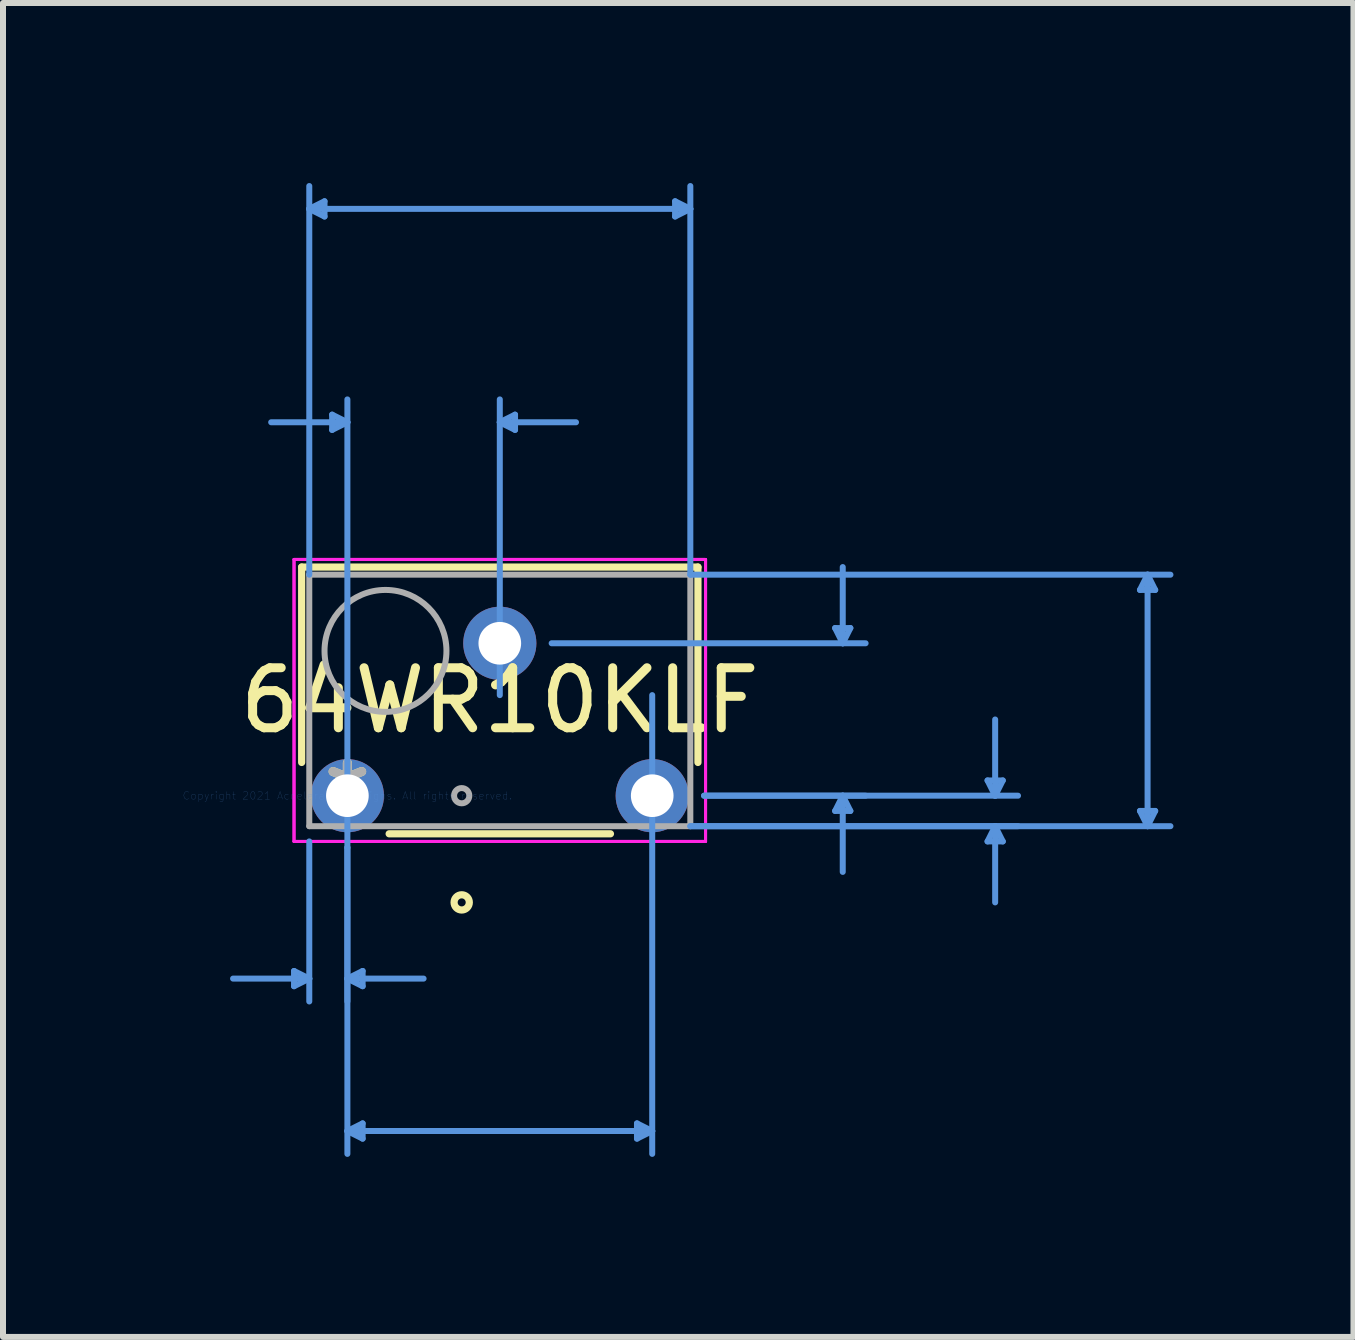
<source format=kicad_pcb>
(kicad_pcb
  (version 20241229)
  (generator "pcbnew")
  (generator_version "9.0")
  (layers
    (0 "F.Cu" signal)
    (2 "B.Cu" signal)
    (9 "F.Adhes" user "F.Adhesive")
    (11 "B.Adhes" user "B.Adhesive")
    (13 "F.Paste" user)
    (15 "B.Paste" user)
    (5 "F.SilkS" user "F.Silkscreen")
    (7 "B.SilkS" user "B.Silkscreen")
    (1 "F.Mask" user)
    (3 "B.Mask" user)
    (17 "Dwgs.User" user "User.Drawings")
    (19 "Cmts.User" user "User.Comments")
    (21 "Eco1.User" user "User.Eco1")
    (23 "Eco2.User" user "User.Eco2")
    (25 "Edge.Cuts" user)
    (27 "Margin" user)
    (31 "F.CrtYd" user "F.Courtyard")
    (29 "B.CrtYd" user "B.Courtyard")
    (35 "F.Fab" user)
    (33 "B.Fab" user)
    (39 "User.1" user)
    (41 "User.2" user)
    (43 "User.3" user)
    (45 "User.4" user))
  (footprint "64WR10KLF"
    (layer "F.Cu")
    (at 2.739 10.21)
    (property "Reference" "64WR10KLF" (at 2.54 -1.587 0) (layer "F.SilkS") (effects (font (size 1 1) (thickness 0.15))))
    (attr through_hole)
    (fp_line (start -0.762 -3.81) (end -0.762 -0.554) (stroke (width 0.12) (type solid)) (layer "F.SilkS"))
    (fp_line (start 0.696 0.635) (end 4.384 0.635) (stroke (width 0.12) (type solid)) (layer "F.SilkS"))
    (fp_line (start 5.842 -3.81) (end -0.762 -3.81) (stroke (width 0.12) (type solid)) (layer "F.SilkS"))
    (fp_line (start 5.842 -0.554) (end 5.842 -3.81) (stroke (width 0.12) (type solid)) (layer "F.SilkS"))
    (fp_circle (center 1.905 1.778) (end 2.032 1.778) (stroke (width 0.12) (type solid)) (fill no) (layer "F.SilkS"))
    (fp_line (start -0.889 2.921) (end -0.889 3.175) (stroke (width 0.1) (type solid)) (layer "Cmts.User"))
    (fp_line (start -0.635 -9.779) (end -0.381 -9.906) (stroke (width 0.1) (type solid)) (layer "Cmts.User"))
    (fp_line (start -0.635 -9.779) (end -0.381 -9.652) (stroke (width 0.1) (type solid)) (layer "Cmts.User"))
    (fp_line (start -0.635 -9.779) (end 5.715 -9.779) (stroke (width 0.1) (type solid)) (layer "Cmts.User"))
    (fp_line (start -0.635 -3.683) (end -0.635 -10.16) (stroke (width 0.1) (type solid)) (layer "Cmts.User"))
    (fp_line (start -0.635 0.762) (end -0.635 3.429) (stroke (width 0.1) (type solid)) (layer "Cmts.User"))
    (fp_line (start -0.635 3.048) (end -1.905 3.048) (stroke (width 0.1) (type solid)) (layer "Cmts.User"))
    (fp_line (start -0.635 3.048) (end -0.889 2.921) (stroke (width 0.1) (type solid)) (layer "Cmts.User"))
    (fp_line (start -0.635 3.048) (end -0.889 3.175) (stroke (width 0.1) (type solid)) (layer "Cmts.User"))
    (fp_line (start -0.381 -9.906) (end -0.381 -9.652) (stroke (width 0.1) (type solid)) (layer "Cmts.User"))
    (fp_line (start -0.254 -6.35) (end -0.254 -6.096) (stroke (width 0.1) (type solid)) (layer "Cmts.User"))
    (fp_line (start 0 -6.223) (end -1.27 -6.223) (stroke (width 0.1) (type solid)) (layer "Cmts.User"))
    (fp_line (start 0 -6.223) (end -0.254 -6.35) (stroke (width 0.1) (type solid)) (layer "Cmts.User"))
    (fp_line (start 0 -6.223) (end -0.254 -6.096) (stroke (width 0.1) (type solid)) (layer "Cmts.User"))
    (fp_line (start 0 0.864) (end 0 -6.604) (stroke (width 0.1) (type solid)) (layer "Cmts.User"))
    (fp_line (start 0 0.864) (end 0 3.429) (stroke (width 0.1) (type solid)) (layer "Cmts.User"))
    (fp_line (start 0 0.864) (end 0 5.969) (stroke (width 0.1) (type solid)) (layer "Cmts.User"))
    (fp_line (start 0 3.048) (end 0.254 2.921) (stroke (width 0.1) (type solid)) (layer "Cmts.User"))
    (fp_line (start 0 3.048) (end 0.254 3.175) (stroke (width 0.1) (type solid)) (layer "Cmts.User"))
    (fp_line (start 0 3.048) (end 1.27 3.048) (stroke (width 0.1) (type solid)) (layer "Cmts.User"))
    (fp_line (start 0 5.588) (end 0.254 5.461) (stroke (width 0.1) (type solid)) (layer "Cmts.User"))
    (fp_line (start 0 5.588) (end 0.254 5.715) (stroke (width 0.1) (type solid)) (layer "Cmts.User"))
    (fp_line (start 0 5.588) (end 5.08 5.588) (stroke (width 0.1) (type solid)) (layer "Cmts.User"))
    (fp_line (start 0.254 2.921) (end 0.254 3.175) (stroke (width 0.1) (type solid)) (layer "Cmts.User"))
    (fp_line (start 0.254 5.461) (end 0.254 5.715) (stroke (width 0.1) (type solid)) (layer "Cmts.User"))
    (fp_line (start 2.54 -6.223) (end 2.794 -6.35) (stroke (width 0.1) (type solid)) (layer "Cmts.User"))
    (fp_line (start 2.54 -6.223) (end 2.794 -6.096) (stroke (width 0.1) (type solid)) (layer "Cmts.User"))
    (fp_line (start 2.54 -6.223) (end 3.81 -6.223) (stroke (width 0.1) (type solid)) (layer "Cmts.User"))
    (fp_line (start 2.54 -1.676) (end 2.54 -6.604) (stroke (width 0.1) (type solid)) (layer "Cmts.User"))
    (fp_line (start 2.794 -6.35) (end 2.794 -6.096) (stroke (width 0.1) (type solid)) (layer "Cmts.User"))
    (fp_line (start 3.404 -2.54) (end 8.636 -2.54) (stroke (width 0.1) (type solid)) (layer "Cmts.User"))
    (fp_line (start 4.826 5.461) (end 4.826 5.715) (stroke (width 0.1) (type solid)) (layer "Cmts.User"))
    (fp_line (start 5.08 -1.676) (end 5.08 5.969) (stroke (width 0.1) (type solid)) (layer "Cmts.User"))
    (fp_line (start 5.08 5.588) (end 4.826 5.461) (stroke (width 0.1) (type solid)) (layer "Cmts.User"))
    (fp_line (start 5.08 5.588) (end 4.826 5.715) (stroke (width 0.1) (type solid)) (layer "Cmts.User"))
    (fp_line (start 5.461 -9.906) (end 5.461 -9.652) (stroke (width 0.1) (type solid)) (layer "Cmts.User"))
    (fp_line (start 5.715 -9.779) (end 5.461 -9.906) (stroke (width 0.1) (type solid)) (layer "Cmts.User"))
    (fp_line (start 5.715 -9.779) (end 5.461 -9.652) (stroke (width 0.1) (type solid)) (layer "Cmts.User"))
    (fp_line (start 5.715 -3.683) (end 5.715 -10.16) (stroke (width 0.1) (type solid)) (layer "Cmts.User"))
    (fp_line (start 5.715 -3.683) (end 13.716 -3.683) (stroke (width 0.1) (type solid)) (layer "Cmts.User"))
    (fp_line (start 5.715 0.508) (end 11.176 0.508) (stroke (width 0.1) (type solid)) (layer "Cmts.User"))
    (fp_line (start 5.715 0.508) (end 13.716 0.508) (stroke (width 0.1) (type solid)) (layer "Cmts.User"))
    (fp_line (start 5.944 0) (end 8.636 0) (stroke (width 0.1) (type solid)) (layer "Cmts.User"))
    (fp_line (start 5.944 0) (end 11.176 0) (stroke (width 0.1) (type solid)) (layer "Cmts.User"))
    (fp_line (start 8.128 -2.794) (end 8.382 -2.794) (stroke (width 0.1) (type solid)) (layer "Cmts.User"))
    (fp_line (start 8.128 0.254) (end 8.382 0.254) (stroke (width 0.1) (type solid)) (layer "Cmts.User"))
    (fp_line (start 8.255 -2.54) (end 8.128 -2.794) (stroke (width 0.1) (type solid)) (layer "Cmts.User"))
    (fp_line (start 8.255 -2.54) (end 8.255 -3.81) (stroke (width 0.1) (type solid)) (layer "Cmts.User"))
    (fp_line (start 8.255 -2.54) (end 8.382 -2.794) (stroke (width 0.1) (type solid)) (layer "Cmts.User"))
    (fp_line (start 8.255 0) (end 8.128 0.254) (stroke (width 0.1) (type solid)) (layer "Cmts.User"))
    (fp_line (start 8.255 0) (end 8.255 1.27) (stroke (width 0.1) (type solid)) (layer "Cmts.User"))
    (fp_line (start 8.255 0) (end 8.382 0.254) (stroke (width 0.1) (type solid)) (layer "Cmts.User"))
    (fp_line (start 10.668 -0.254) (end 10.922 -0.254) (stroke (width 0.1) (type solid)) (layer "Cmts.User"))
    (fp_line (start 10.668 0.762) (end 10.922 0.762) (stroke (width 0.1) (type solid)) (layer "Cmts.User"))
    (fp_line (start 10.795 0) (end 10.668 -0.254) (stroke (width 0.1) (type solid)) (layer "Cmts.User"))
    (fp_line (start 10.795 0) (end 10.795 -1.27) (stroke (width 0.1) (type solid)) (layer "Cmts.User"))
    (fp_line (start 10.795 0) (end 10.922 -0.254) (stroke (width 0.1) (type solid)) (layer "Cmts.User"))
    (fp_line (start 10.795 0.508) (end 10.668 0.762) (stroke (width 0.1) (type solid)) (layer "Cmts.User"))
    (fp_line (start 10.795 0.508) (end 10.795 1.778) (stroke (width 0.1) (type solid)) (layer "Cmts.User"))
    (fp_line (start 10.795 0.508) (end 10.922 0.762) (stroke (width 0.1) (type solid)) (layer "Cmts.User"))
    (fp_line (start 13.208 -3.429) (end 13.462 -3.429) (stroke (width 0.1) (type solid)) (layer "Cmts.User"))
    (fp_line (start 13.208 0.254) (end 13.462 0.254) (stroke (width 0.1) (type solid)) (layer "Cmts.User"))
    (fp_line (start 13.335 -3.683) (end 13.208 -3.429) (stroke (width 0.1) (type solid)) (layer "Cmts.User"))
    (fp_line (start 13.335 -3.683) (end 13.335 0.508) (stroke (width 0.1) (type solid)) (layer "Cmts.User"))
    (fp_line (start 13.335 -3.683) (end 13.462 -3.429) (stroke (width 0.1) (type solid)) (layer "Cmts.User"))
    (fp_line (start 13.335 0.508) (end 13.208 0.254) (stroke (width 0.1) (type solid)) (layer "Cmts.User"))
    (fp_line (start 13.335 0.508) (end 13.462 0.254) (stroke (width 0.1) (type solid)) (layer "Cmts.User"))
    (fp_line (start -0.889 -3.937) (end 5.969 -3.937) (stroke (width 0.05) (type solid)) (layer "F.CrtYd"))
    (fp_line (start -0.889 -3.937) (end 5.969 -3.937) (stroke (width 0.05) (type solid)) (layer "F.CrtYd"))
    (fp_line (start -0.889 0.762) (end -0.889 -3.937) (stroke (width 0.05) (type solid)) (layer "F.CrtYd"))
    (fp_line (start -0.889 0.762) (end -0.889 -3.937) (stroke (width 0.05) (type solid)) (layer "F.CrtYd"))
    (fp_line (start 5.969 -3.937) (end 5.969 0.762) (stroke (width 0.05) (type solid)) (layer "F.CrtYd"))
    (fp_line (start 5.969 -3.937) (end 5.969 0.762) (stroke (width 0.05) (type solid)) (layer "F.CrtYd"))
    (fp_line (start 5.969 0.762) (end -0.889 0.762) (stroke (width 0.05) (type solid)) (layer "F.CrtYd"))
    (fp_line (start 5.969 0.762) (end -0.889 0.762) (stroke (width 0.05) (type solid)) (layer "F.CrtYd"))
    (fp_line (start -0.635 -3.683) (end -0.635 0.508) (stroke (width 0.1) (type solid)) (layer "F.Fab"))
    (fp_line (start -0.635 0.508) (end 5.715 0.508) (stroke (width 0.1) (type solid)) (layer "F.Fab"))
    (fp_line (start 5.715 -3.683) (end -0.635 -3.683) (stroke (width 0.1) (type solid)) (layer "F.Fab"))
    (fp_line (start 5.715 0.508) (end 5.715 -3.683) (stroke (width 0.1) (type solid)) (layer "F.Fab"))
    (fp_circle (center 0.635 -2.413) (end 1.651 -2.413) (stroke (width 0.1) (type solid)) (fill no) (layer "F.Fab"))
    (fp_circle (center 1.905 0) (end 2.032 0) (stroke (width 0.1) (type solid)) (fill no) (layer "F.Fab"))
    (fp_text user "*" (at 0 0 0) (layer "F.SilkS") (effects (font (size 1 1) (thickness 0.15))))
    (fp_text user "Copyright 2021 Accelerated Designs. All rights reserved." (at 0 0 0) (layer "Cmts.User") (effects (font (size 0.127 0.127) (thickness 0.002))))
    (fp_text user "*" (at 0 0 0) (layer "F.Fab") (effects (font (size 1 1) (thickness 0.15))))
    (pad "1" thru_hole circle (at 0 0) (size 1.219 1.219) (drill 0.711) (layers "*.Cu" "*.Mask"))
    (pad "2" thru_hole circle (at 2.54 -2.54) (size 1.219 1.219) (drill 0.711) (layers "*.Cu" "*.Mask"))
    (pad "3" thru_hole circle (at 5.08 0) (size 1.219 1.219) (drill 0.711) (layers "*.Cu" "*.Mask")))
  (gr_rect
    (start -3 -3)
    (end 19.505 19.229)
    (stroke (width 0.1) (type default))
    (fill no)
    (layer "Edge.Cuts")))
</source>
